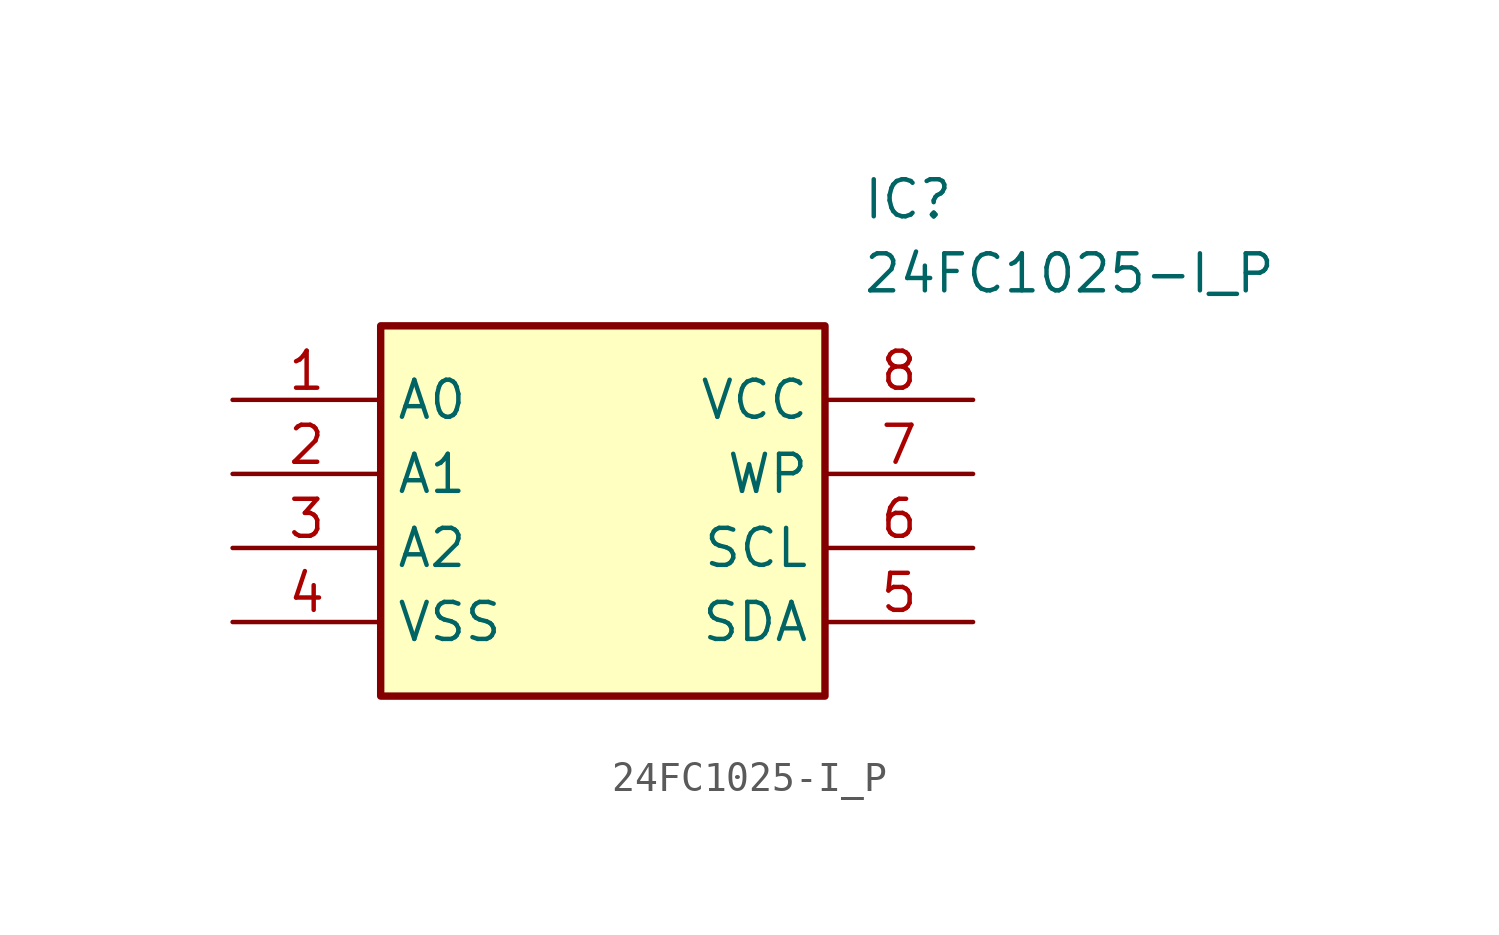
<source format=kicad_sym>
(kicad_symbol_lib
  (version 20211014)
  (generator SamacSys_ECAD_Model)
  (symbol "24FC1025-I_P"
    (property "Reference" "IC"
      (at 21.59 7.62 0)
      (effects (font (size 1.27 1.27)) (justify left top)))
    (property "Value" "24FC1025-I_P"
      (at 21.59 5.08 0)
      (effects (font (size 1.27 1.27)) (justify left top)))
    (rectangle
      (start 5.08 2.54)
      (end 20.32 -10.16)
      (stroke (width 0.254) (type default))
      (fill (type background)))
    (pin passive line
      (at 0 0 0)
      (length 5.08)
      (name "A0" (effects (font (size 1.27 1.27))))
      (number "1" (effects (font (size 1.27 1.27)))))
    (pin passive line
      (at 0 -2.54 0)
      (length 5.08)
      (name "A1" (effects (font (size 1.27 1.27))))
      (number "2" (effects (font (size 1.27 1.27)))))
    (pin passive line
      (at 0 -5.08 0)
      (length 5.08)
      (name "A2" (effects (font (size 1.27 1.27))))
      (number "3" (effects (font (size 1.27 1.27)))))
    (pin passive line
      (at 0 -7.62 0)
      (length 5.08)
      (name "VSS" (effects (font (size 1.27 1.27))))
      (number "4" (effects (font (size 1.27 1.27)))))
    (pin passive line
      (at 25.4 0 180)
      (length 5.08)
      (name "VCC" (effects (font (size 1.27 1.27))))
      (number "8" (effects (font (size 1.27 1.27)))))
    (pin passive line
      (at 25.4 -2.54 180)
      (length 5.08)
      (name "WP" (effects (font (size 1.27 1.27))))
      (number "7" (effects (font (size 1.27 1.27)))))
    (pin passive line
      (at 25.4 -5.08 180)
      (length 5.08)
      (name "SCL" (effects (font (size 1.27 1.27))))
      (number "6" (effects (font (size 1.27 1.27)))))
    (pin passive line
      (at 25.4 -7.62 180)
      (length 5.08)
      (name "SDA" (effects (font (size 1.27 1.27))))
      (number "5" (effects (font (size 1.27 1.27)))))))
</source>
